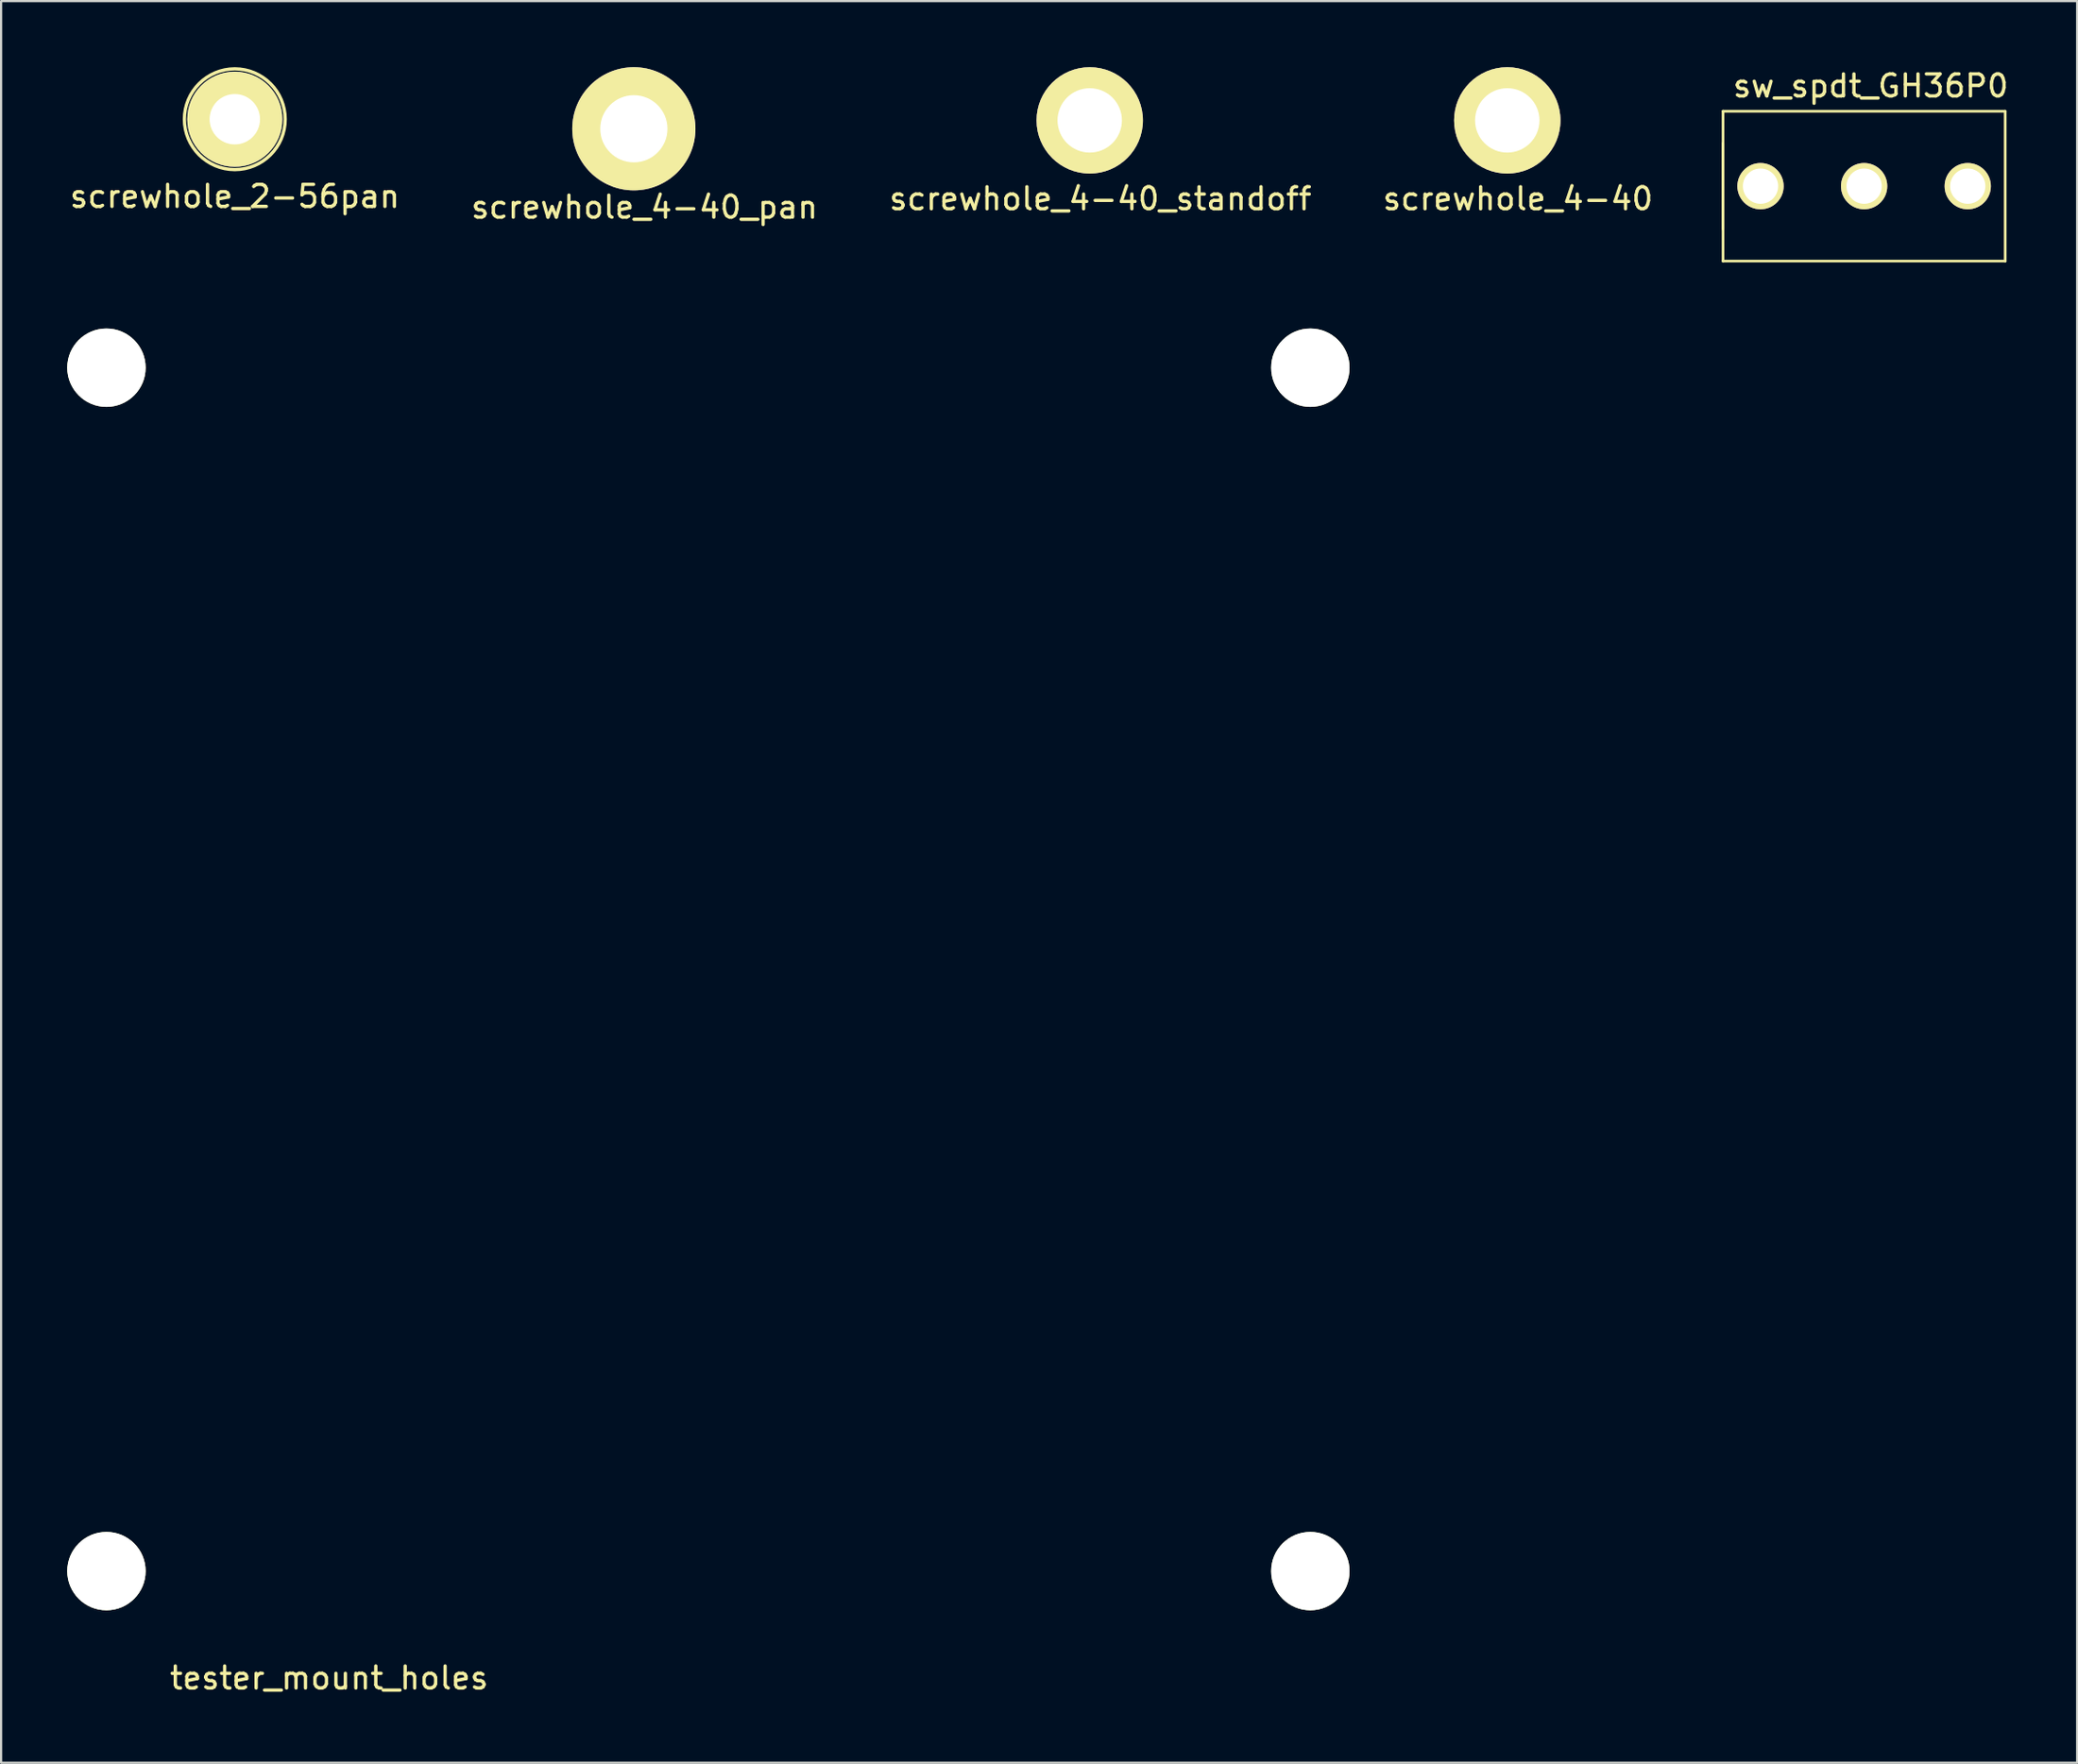
<source format=kicad_pcb>
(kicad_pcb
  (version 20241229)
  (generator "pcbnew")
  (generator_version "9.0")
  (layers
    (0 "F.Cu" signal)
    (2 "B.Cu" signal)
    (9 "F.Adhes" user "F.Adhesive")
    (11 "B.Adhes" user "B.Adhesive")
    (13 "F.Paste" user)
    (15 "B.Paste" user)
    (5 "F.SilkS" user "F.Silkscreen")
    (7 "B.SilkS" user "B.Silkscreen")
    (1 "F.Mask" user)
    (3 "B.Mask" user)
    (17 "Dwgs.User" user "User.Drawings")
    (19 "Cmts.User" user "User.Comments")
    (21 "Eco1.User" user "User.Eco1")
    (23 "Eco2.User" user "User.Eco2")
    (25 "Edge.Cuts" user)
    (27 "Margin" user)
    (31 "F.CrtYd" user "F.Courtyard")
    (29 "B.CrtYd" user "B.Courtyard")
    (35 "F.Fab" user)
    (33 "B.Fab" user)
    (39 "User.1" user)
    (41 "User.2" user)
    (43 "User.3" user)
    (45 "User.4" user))
  (footprint "screwhole_4-40_pan"
    (layer "F.Cu")
    (at 25.702 2.794)
    (property "Reference" "screwhole_4-40_pan" (at 0.483 3.556 0) (layer "F.SilkS") (effects (font (size 1 1) (thickness 0.15))))
    (attr through_hole)
    (pad "1" thru_hole circle (at 0 0) (size 5.588 5.588) (drill 3.048) (layers "*.Cu" "*.Mask" "F.SilkS")))
  (footprint "sw_spdt_GH36P0"
    (layer "F.Cu")
    (at 81.508 5.398)
    (property "Reference" "sw_spdt_GH36P0" (at 0.3 -4.55 180) (layer "F.SilkS") (effects (font (size 1 1) (thickness 0.15))))
    (attr through_hole)
    (fp_line (start -6.4 -3.4) (end -6.4 3.4) (stroke (width 0.12) (type solid)) (layer "F.SilkS"))
    (fp_line (start -6.4 -1.95) (end -6.4 1.95) (stroke (width 0.12) (type solid)) (layer "F.SilkS"))
    (fp_line (start -6.4 3.4) (end 6.4 3.4) (stroke (width 0.12) (type solid)) (layer "F.SilkS"))
    (fp_line (start 6.4 -3.4) (end -6.4 -3.4) (stroke (width 0.12) (type solid)) (layer "F.SilkS"))
    (fp_line (start 6.4 -3.4) (end 6.4 3.4) (stroke (width 0.12) (type solid)) (layer "F.SilkS"))
    (pad "1" thru_hole circle (at -4.7 0) (size 2.1 2.1) (drill 1.6) (layers "*.Cu" "*.Mask" "F.SilkS"))
    (pad "2" thru_hole circle (at 0 0) (size 2.1 2.1) (drill 1.6) (layers "*.Cu" "*.Mask" "F.SilkS"))
    (pad "3" thru_hole circle (at 4.7 0) (size 2.1 2.1) (drill 1.6) (layers "*.Cu" "*.Mask" "F.SilkS")))
  (footprint "screwhole_4-40_standoff"
    (layer "F.Cu")
    (at 46.381 2.413)
    (property "Reference" "screwhole_4-40_standoff" (at 0.483 3.556 0) (layer "F.SilkS") (effects (font (size 1 1) (thickness 0.15))))
    (attr through_hole)
    (pad "1" thru_hole circle (at 0 0) (size 4.826 4.826) (drill 2.921) (layers "*.Cu" "*.Mask" "F.SilkS")))
  (footprint "screwhole_4-40"
    (layer "F.Cu")
    (at 65.321 2.413)
    (property "Reference" "screwhole_4-40" (at 0.483 3.556 0) (layer "F.SilkS") (effects (font (size 1 1) (thickness 0.15))))
    (attr through_hole)
    (pad "1" thru_hole circle (at 0 0) (size 4.826 4.826) (drill 2.921) (layers "*.Cu" "*.Mask" "F.SilkS")))
  (footprint "screwhole_2-56pan"
    (layer "F.Cu")
    (at 7.601 2.361)
    (property "Reference" "screwhole_2-56pan" (at 0 3.5 0) (layer "F.SilkS") (effects (font (size 1 1) (thickness 0.15))))
    (attr through_hole)
    (fp_circle (center 0 0) (end 0 2.286) (stroke (width 0.15) (type solid)) (fill no) (layer "F.SilkS"))
    (pad "0" thru_hole circle (at 0 0) (size 4.318 4.318) (drill 2.286) (layers "*.Cu" "*.Mask" "F.SilkS")))
  (footprint "tester_mount_holes"
    (layer "F.Cu")
    (at 1.778 68.246)
    (property "Reference" "tester_mount_holes" (at 10.1 4.85 0) (layer "F.SilkS") (effects (font (size 1 1) (thickness 0.15))))
    (attr through_hole)
    (pad "" np_thru_hole circle (at 0 -54.61) (size 3.556 3.556) (drill 3.556) (layers "*.Cu" "*.Mask" "F.SilkS"))
    (pad "" np_thru_hole circle (at 0 0) (size 3.556 3.556) (drill 3.556) (layers "*.Cu" "*.Mask" "F.SilkS"))
    (pad "" np_thru_hole circle (at 54.61 -54.61) (size 3.556 3.556) (drill 3.556) (layers "*.Cu" "*.Mask" "F.SilkS"))
    (pad "" np_thru_hole circle (at 54.61 0) (size 3.556 3.556) (drill 3.556) (layers "*.Cu" "*.Mask" "F.SilkS")))
  (gr_rect
    (start -3 -3)
    (end 91.171 76.945)
    (stroke (width 0.1) (type default))
    (fill no)
    (layer "Edge.Cuts")))
</source>
